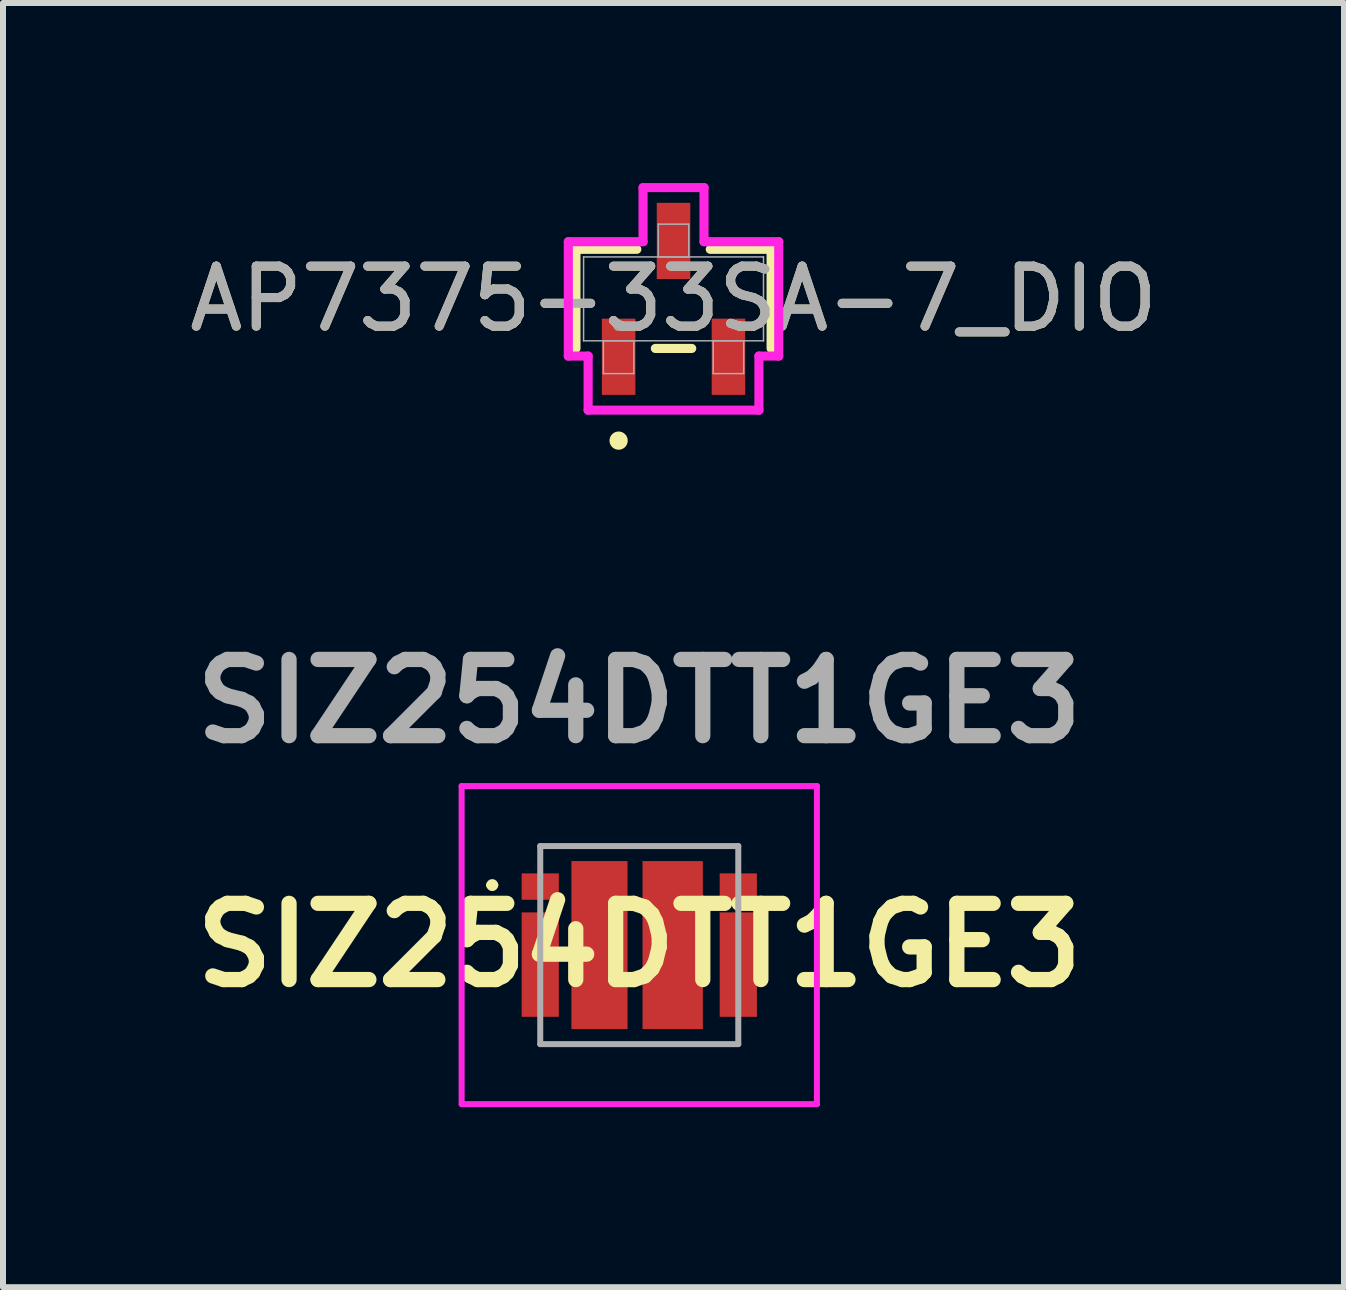
<source format=kicad_pcb>
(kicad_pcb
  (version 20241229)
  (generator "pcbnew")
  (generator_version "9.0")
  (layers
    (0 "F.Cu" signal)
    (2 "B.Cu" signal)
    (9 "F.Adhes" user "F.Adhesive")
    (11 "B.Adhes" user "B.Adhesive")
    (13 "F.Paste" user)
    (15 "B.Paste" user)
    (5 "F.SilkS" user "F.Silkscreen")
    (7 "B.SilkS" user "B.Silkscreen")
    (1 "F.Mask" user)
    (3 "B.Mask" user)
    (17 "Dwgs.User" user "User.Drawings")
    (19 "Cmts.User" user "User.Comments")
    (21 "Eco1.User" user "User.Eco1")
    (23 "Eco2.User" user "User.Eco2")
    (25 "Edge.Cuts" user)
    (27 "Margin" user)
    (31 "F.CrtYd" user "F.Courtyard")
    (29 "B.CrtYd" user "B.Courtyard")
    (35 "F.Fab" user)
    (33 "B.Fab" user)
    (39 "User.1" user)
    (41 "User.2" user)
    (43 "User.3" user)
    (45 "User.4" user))
  (footprint "AP7375-33SA-7_DIO"
    (layer "F.Cu")
    (at 8.173 1.93)
    (property "Reference" "AP7375-33SA-7_DIO" (at 0 0 0) (unlocked yes) (layer "F.SilkS") (effects (font (size 1 1) (thickness 0.15))))
    (attr smd)
    (fp_line (start -1.626 -0.826) (end -1.626 0.826) (stroke (width 0.152) (type solid)) (layer "F.SilkS"))
    (fp_line (start -0.612 -0.826) (end -1.626 -0.826) (stroke (width 0.152) (type solid)) (layer "F.SilkS"))
    (fp_line (start -0.303 0.826) (end 0.303 0.826) (stroke (width 0.152) (type solid)) (layer "F.SilkS"))
    (fp_line (start 1.626 -0.826) (end 0.612 -0.826) (stroke (width 0.152) (type solid)) (layer "F.SilkS"))
    (fp_line (start 1.626 0.826) (end 1.626 -0.826) (stroke (width 0.152) (type solid)) (layer "F.SilkS"))
    (fp_circle (center -0.915 2.362) (end -0.839 2.362) (stroke (width 0.152) (type solid)) (fill no) (layer "F.SilkS"))
    (fp_line (start -1.753 -0.953) (end -0.508 -0.953) (stroke (width 0.152) (type solid)) (layer "F.CrtYd"))
    (fp_line (start -1.753 0.953) (end -1.753 -0.953) (stroke (width 0.152) (type solid)) (layer "F.CrtYd"))
    (fp_line (start -1.753 0.953) (end -1.423 0.953) (stroke (width 0.152) (type solid)) (layer "F.CrtYd"))
    (fp_line (start -1.423 0.953) (end -1.423 1.854) (stroke (width 0.152) (type solid)) (layer "F.CrtYd"))
    (fp_line (start -1.423 1.854) (end 1.423 1.854) (stroke (width 0.152) (type solid)) (layer "F.CrtYd"))
    (fp_line (start -0.508 -1.854) (end 0.508 -1.854) (stroke (width 0.152) (type solid)) (layer "F.CrtYd"))
    (fp_line (start -0.508 -0.953) (end -0.508 -1.854) (stroke (width 0.152) (type solid)) (layer "F.CrtYd"))
    (fp_line (start 0.508 -0.953) (end 0.508 -1.854) (stroke (width 0.152) (type solid)) (layer "F.CrtYd"))
    (fp_line (start 1.423 0.953) (end 1.423 1.854) (stroke (width 0.152) (type solid)) (layer "F.CrtYd"))
    (fp_line (start 1.753 -0.953) (end 0.508 -0.953) (stroke (width 0.152) (type solid)) (layer "F.CrtYd"))
    (fp_line (start 1.753 -0.953) (end 1.753 0.953) (stroke (width 0.152) (type solid)) (layer "F.CrtYd"))
    (fp_line (start 1.753 0.953) (end 1.423 0.953) (stroke (width 0.152) (type solid)) (layer "F.CrtYd"))
    (fp_line (start -1.499 -0.699) (end -1.499 0.699) (stroke (width 0.025) (type solid)) (layer "F.Fab"))
    (fp_line (start -1.499 0.699) (end 1.499 0.699) (stroke (width 0.025) (type solid)) (layer "F.Fab"))
    (fp_line (start -1.169 0.699) (end -1.169 1.245) (stroke (width 0.025) (type solid)) (layer "F.Fab"))
    (fp_line (start -1.169 1.245) (end -0.661 1.245) (stroke (width 0.025) (type solid)) (layer "F.Fab"))
    (fp_line (start -0.661 0.699) (end -1.169 0.699) (stroke (width 0.025) (type solid)) (layer "F.Fab"))
    (fp_line (start -0.661 1.245) (end -0.661 0.699) (stroke (width 0.025) (type solid)) (layer "F.Fab"))
    (fp_line (start -0.254 -1.245) (end -0.254 -0.699) (stroke (width 0.025) (type solid)) (layer "F.Fab"))
    (fp_line (start -0.254 -0.699) (end 0.254 -0.699) (stroke (width 0.025) (type solid)) (layer "F.Fab"))
    (fp_line (start 0.254 -1.245) (end -0.254 -1.245) (stroke (width 0.025) (type solid)) (layer "F.Fab"))
    (fp_line (start 0.254 -0.699) (end 0.254 -1.245) (stroke (width 0.025) (type solid)) (layer "F.Fab"))
    (fp_line (start 0.661 0.699) (end 0.661 1.245) (stroke (width 0.025) (type solid)) (layer "F.Fab"))
    (fp_line (start 0.661 1.245) (end 1.169 1.245) (stroke (width 0.025) (type solid)) (layer "F.Fab"))
    (fp_line (start 1.169 0.699) (end 0.661 0.699) (stroke (width 0.025) (type solid)) (layer "F.Fab"))
    (fp_line (start 1.169 1.245) (end 1.169 0.699) (stroke (width 0.025) (type solid)) (layer "F.Fab"))
    (fp_line (start 1.499 -0.699) (end -1.499 -0.699) (stroke (width 0.025) (type solid)) (layer "F.Fab"))
    (fp_line (start 1.499 0.699) (end 1.499 -0.699) (stroke (width 0.025) (type solid)) (layer "F.Fab"))
    (fp_circle (center -0.915 0.445) (end -0.839 0.445) (stroke (width 0.025) (type solid)) (fill no) (layer "F.Fab"))
    (fp_text user "${REFERENCE}" (at 0 0 0) (unlocked yes) (layer "F.Fab") (effects (font (size 1 1) (thickness 0.15))))
    (pad "1" smd rect (at -0.915 0.965) (size 0.559 1.27) (layers "F.Cu" "F.Mask" "F.Paste"))
    (pad "2" smd rect (at 0.915 0.965) (size 0.559 1.27) (layers "F.Cu" "F.Mask" "F.Paste"))
    (pad "3" smd rect (at 0 -0.965) (size 0.559 1.27) (layers "F.Cu" "F.Mask" "F.Paste")))
  (footprint "SIZ254DTT1GE3"
    (layer "F.Cu")
    (at 7.602 12.698)
    (property "Reference" "SIZ254DTT1GE3" (at 0 0 0) (layer "F.SilkS") (effects (font (size 1.27 1.27) (thickness 0.254))))
    (attr smd)
    (fp_line (start -2.5 -1) (end -2.5 -1) (stroke (width 0.1) (type solid)) (layer "F.SilkS"))
    (fp_line (start -2.4 -1) (end -2.4 -1) (stroke (width 0.1) (type solid)) (layer "F.SilkS"))
    (fp_arc (start -2.5 -1) (mid -2.45 -1.05) (end -2.4 -1) (stroke (width 0.1) (type solid)) (layer "F.SilkS"))
    (fp_arc (start -2.4 -1) (mid -2.45 -0.95) (end -2.5 -1) (stroke (width 0.1) (type solid)) (layer "F.SilkS"))
    (fp_line (start -2.96 -2.65) (end 2.96 -2.65) (stroke (width 0.1) (type solid)) (layer "F.CrtYd"))
    (fp_line (start -2.96 2.65) (end -2.96 -2.65) (stroke (width 0.1) (type solid)) (layer "F.CrtYd"))
    (fp_line (start 2.96 -2.65) (end 2.96 2.65) (stroke (width 0.1) (type solid)) (layer "F.CrtYd"))
    (fp_line (start 2.96 2.65) (end -2.96 2.65) (stroke (width 0.1) (type solid)) (layer "F.CrtYd"))
    (fp_line (start -1.65 -1.65) (end 1.65 -1.65) (stroke (width 0.1) (type solid)) (layer "F.Fab"))
    (fp_line (start -1.65 1.65) (end -1.65 -1.65) (stroke (width 0.1) (type solid)) (layer "F.Fab"))
    (fp_line (start 1.65 -1.65) (end 1.65 1.65) (stroke (width 0.1) (type solid)) (layer "F.Fab"))
    (fp_line (start 1.65 1.65) (end -1.65 1.65) (stroke (width 0.1) (type solid)) (layer "F.Fab"))
    (fp_text user "${REFERENCE}" (at 0 -4.064 0) (layer "F.Fab") (effects (font (size 1.27 1.27) (thickness 0.254))))
    (pad "1" smd rect (at -1.65 0.325 90) (size 1.74 0.62) (layers "F.Cu" "F.Mask" "F.Paste"))
    (pad "1" smd rect (at -0.663 0) (size 0.935 2.8) (layers "F.Cu" "F.Mask" "F.Paste"))
    (pad "2" smd rect (at -1.65 -0.975 90) (size 0.44 0.62) (layers "F.Cu" "F.Mask" "F.Paste"))
    (pad "3" smd rect (at 0.557 0) (size 1.005 2.8) (layers "F.Cu" "F.Mask" "F.Paste"))
    (pad "4" smd rect (at 1.65 -0.975 90) (size 0.44 0.62) (layers "F.Cu" "F.Mask" "F.Paste"))
    (pad "5" smd rect (at 1.65 0.325 90) (size 1.74 0.62) (layers "F.Cu" "F.Mask" "F.Paste")))
  (gr_rect
    (start -3 -3)
    (end 19.345 18.398)
    (stroke (width 0.1) (type default))
    (fill no)
    (layer "Edge.Cuts")))
</source>
